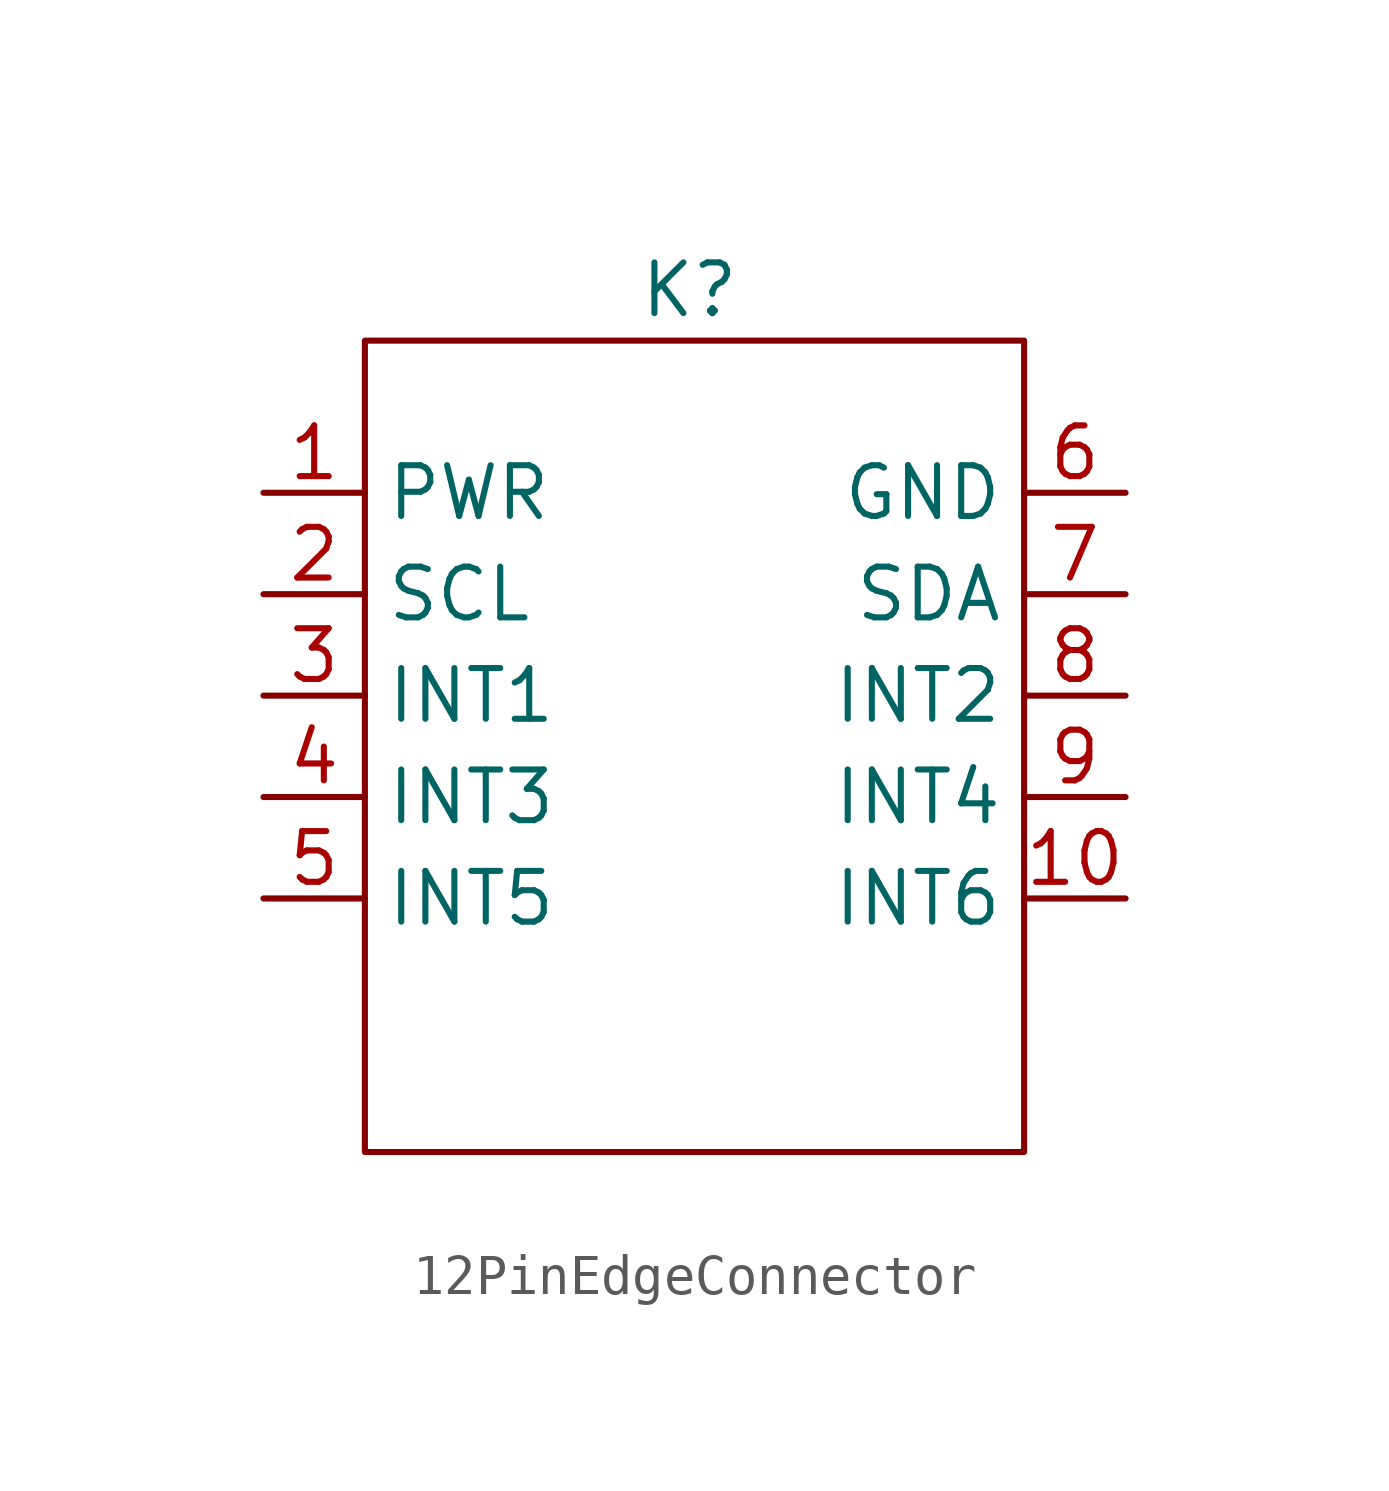
<source format=kicad_sym>
(kicad_symbol_lib
  (version 20231120)
  (generator "kicad_symbol_editor")
  (generator_version "8.0")
  (symbol "12PinEdgeConnector"
    (property "Reference" "K"
      (at 0.508 10.16 0)
      (effects (font (size 1.27 1.27))))
    (property "Value" ""
      (at 8.89 0 0)
      (effects (font (size 1.27 1.27))))
    (symbol "12PinEdgeConnector_0_1"
      (rectangle (start -7.62 8.89) (end 8.89 -11.43) (stroke (width 0) (type default)) (fill (type none))))
    (symbol "12PinEdgeConnector_1_1"
      (pin input line (at -10.16 5.08 0) (length 2.54) (name "PWR" (effects (font (size 1.27 1.27)))) (number "1" (effects (font (size 1.27 1.27)))))
      (pin input line (at 11.43 -5.08 180) (length 2.54) (name "INT6" (effects (font (size 1.27 1.27)))) (number "10" (effects (font (size 1.27 1.27)))))
      (pin input line (at -10.16 2.54 0) (length 2.54) (name "SCL" (effects (font (size 1.27 1.27)))) (number "2" (effects (font (size 1.27 1.27)))))
      (pin input line (at -10.16 0 0) (length 2.54) (name "INT1" (effects (font (size 1.27 1.27)))) (number "3" (effects (font (size 1.27 1.27)))))
      (pin input line (at -10.16 -2.54 0) (length 2.54) (name "INT3" (effects (font (size 1.27 1.27)))) (number "4" (effects (font (size 1.27 1.27)))))
      (pin input line (at -10.16 -5.08 0) (length 2.54) (name "INT5" (effects (font (size 1.27 1.27)))) (number "5" (effects (font (size 1.27 1.27)))))
      (pin input line (at 11.43 5.08 180) (length 2.54) (name "GND" (effects (font (size 1.27 1.27)))) (number "6" (effects (font (size 1.27 1.27)))))
      (pin input line (at 11.43 2.54 180) (length 2.54) (name "SDA" (effects (font (size 1.27 1.27)))) (number "7" (effects (font (size 1.27 1.27)))))
      (pin input line (at 11.43 0 180) (length 2.54) (name "INT2" (effects (font (size 1.27 1.27)))) (number "8" (effects (font (size 1.27 1.27)))))
      (pin input line (at 11.43 -2.54 180) (length 2.54) (name "INT4" (effects (font (size 1.27 1.27)))) (number "9" (effects (font (size 1.27 1.27))))))))
</source>
